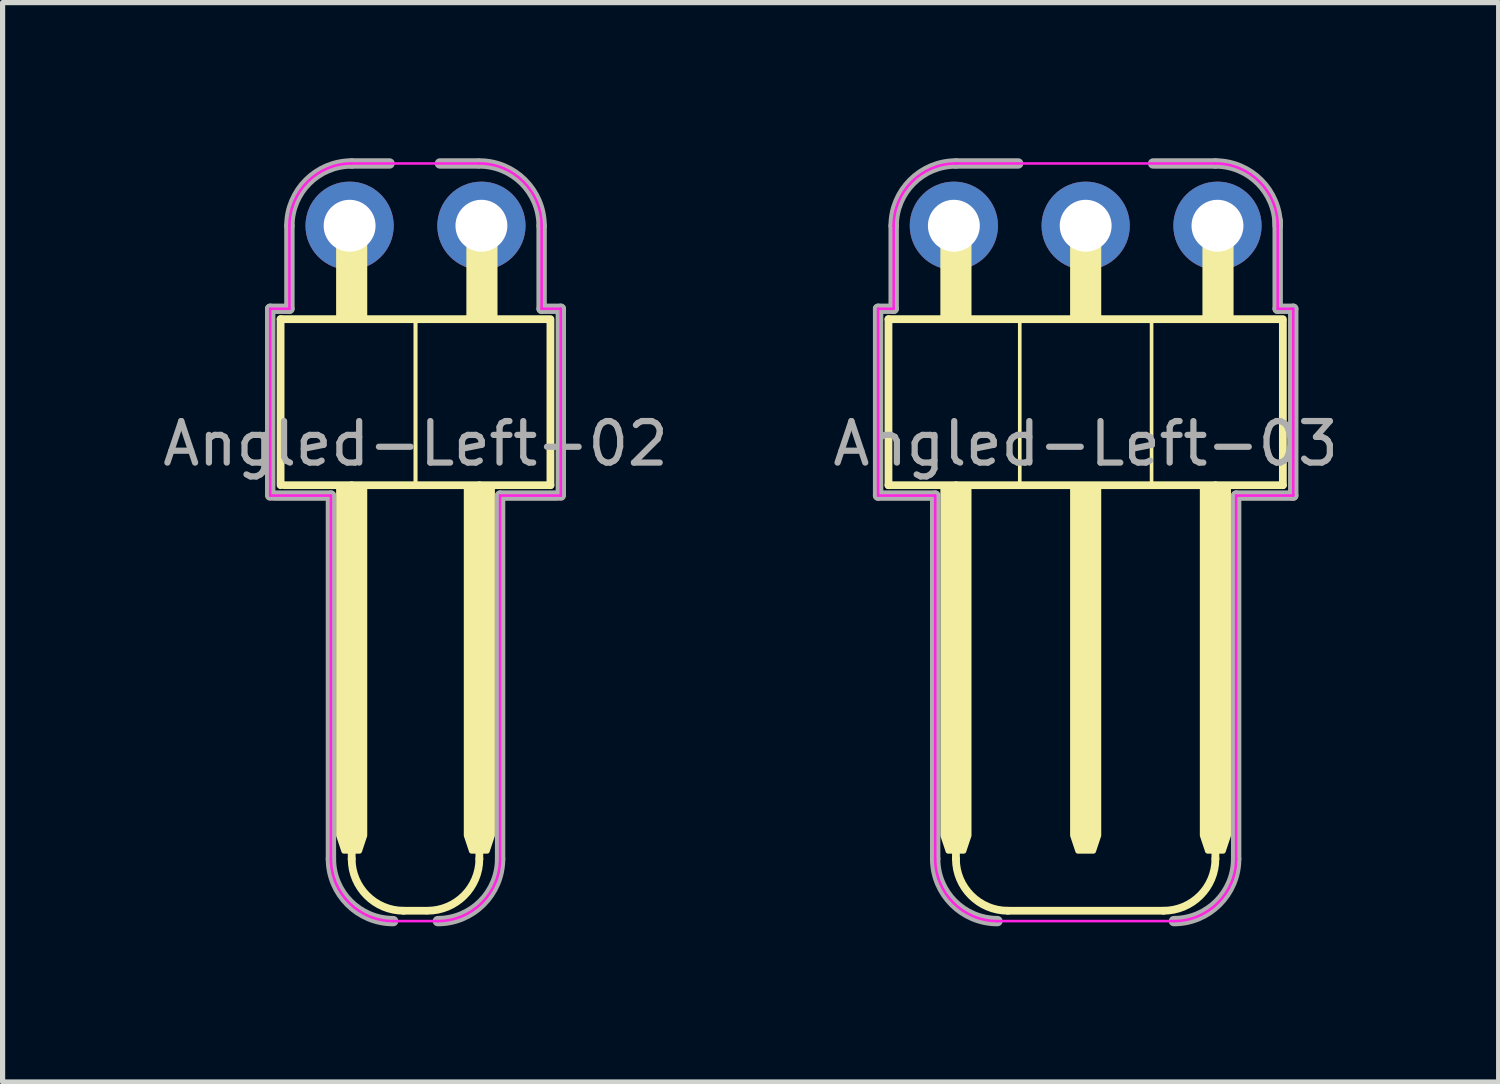
<source format=kicad_pcb>
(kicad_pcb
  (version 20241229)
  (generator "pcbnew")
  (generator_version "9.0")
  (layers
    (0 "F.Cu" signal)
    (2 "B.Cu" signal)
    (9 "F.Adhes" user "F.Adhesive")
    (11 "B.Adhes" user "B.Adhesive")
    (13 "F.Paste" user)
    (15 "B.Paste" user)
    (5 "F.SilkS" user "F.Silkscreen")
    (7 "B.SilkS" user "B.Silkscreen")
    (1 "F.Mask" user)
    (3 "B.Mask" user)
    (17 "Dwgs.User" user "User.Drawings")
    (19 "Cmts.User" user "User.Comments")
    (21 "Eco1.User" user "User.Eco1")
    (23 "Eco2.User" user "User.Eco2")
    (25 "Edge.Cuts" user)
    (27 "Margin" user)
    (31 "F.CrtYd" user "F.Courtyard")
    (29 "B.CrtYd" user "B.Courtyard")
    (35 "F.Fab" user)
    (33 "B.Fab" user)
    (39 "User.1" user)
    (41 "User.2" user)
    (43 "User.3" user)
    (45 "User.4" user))
  (footprint "Angled-Left-02"
    (layer "F.Cu")
    (at 4.957 1.3)
    (property "Reference" "Angled-Left-02" (at 0 4.2 180) (layer "F.Fab") (effects (font (size 0.8 0.8) (thickness 0.12))))
    (attr through_hole)
    (fp_line (start -2.6 1.8) (end -2.6 5) (stroke (width 0.15) (type solid)) (layer "F.SilkS"))
    (fp_line (start -2.6 1.8) (end 2.6 1.8) (stroke (width 0.15) (type solid)) (layer "F.SilkS"))
    (fp_line (start -2.53 5) (end 2.6 5) (stroke (width 0.15) (type solid)) (layer "F.SilkS"))
    (fp_line (start -1.23 5) (end -1.23 12.2) (stroke (width 0.15) (type solid)) (layer "F.SilkS"))
    (fp_line (start -0.23 13.2) (end 0.2 13.2) (stroke (width 0.15) (type solid)) (layer "F.SilkS"))
    (fp_line (start 0 1.8) (end 0 5) (stroke (width 0.07) (type solid)) (layer "F.SilkS"))
    (fp_line (start 0 1.8) (end 0 5) (stroke (width 0.07) (type solid)) (layer "F.SilkS"))
    (fp_line (start 1.23 5) (end 1.23 12.2) (stroke (width 0.15) (type solid)) (layer "F.SilkS"))
    (fp_line (start 2.6 1.831) (end 2.6 5) (stroke (width 0.15) (type solid)) (layer "F.SilkS"))
    (fp_arc (start -0.23 13.2) (mid -0.937107 12.907107) (end -1.23 12.2) (stroke (width 0.15) (type solid)) (layer "F.SilkS"))
    (fp_arc (start 1.23 12.2) (mid 0.937107 12.907107) (end 0.23 13.2) (stroke (width 0.15) (type solid)) (layer "F.SilkS"))
    (fp_poly (pts (xy -0.98 0) (xy -0.98 1.75) (xy -1.48 1.75) (xy -1.48 0) (xy -1.33 -0.15) (xy -1.13 -0.15)) (stroke (width 0.1) (type solid)) (fill yes) (layer "F.SilkS"))
    (fp_poly (pts (xy -0.98 11.75) (xy -1.08 12.05) (xy -1.38 12.05) (xy -1.48 11.75) (xy -1.48 5) (xy -0.98 5)) (stroke (width 0.1) (type solid)) (fill yes) (layer "F.SilkS"))
    (fp_poly (pts (xy 1.48 11.75) (xy 1.38 12.05) (xy 1.08 12.05) (xy 0.98 11.75) (xy 0.98 5) (xy 1.48 5)) (stroke (width 0.1) (type solid)) (fill yes) (layer "F.SilkS"))
    (fp_poly (pts (xy 1.53 0.05) (xy 1.53 1.8) (xy 1.03 1.8) (xy 1.03 0.05) (xy 1.18 -0.1) (xy 1.38 -0.1)) (stroke (width 0.1) (type solid)) (fill yes) (layer "F.SilkS"))
    (fp_line (start -2.8 5.2) (end -2.8 1.6) (stroke (width 0.05) (type solid)) (layer "F.CrtYd"))
    (fp_line (start -2.43 0) (end -2.43 1.6) (stroke (width 0.05) (type solid)) (layer "F.CrtYd"))
    (fp_line (start -2.43 1.6) (end -2.8 1.6) (stroke (width 0.05) (type solid)) (layer "F.CrtYd"))
    (fp_line (start -1.63 5.2) (end -2.8 5.2) (stroke (width 0.05) (type solid)) (layer "F.CrtYd"))
    (fp_line (start -1.63 5.2) (end -1.63 12.2) (stroke (width 0.05) (type solid)) (layer "F.CrtYd"))
    (fp_line (start -1.23 -1.2) (end 1.23 -1.2) (stroke (width 0.05) (type solid)) (layer "F.CrtYd"))
    (fp_line (start 0.43 13.4) (end -0.43 13.4) (stroke (width 0.05) (type solid)) (layer "F.CrtYd"))
    (fp_line (start 1.63 5.2) (end 1.63 12.2) (stroke (width 0.05) (type solid)) (layer "F.CrtYd"))
    (fp_line (start 2.43 1.6) (end 2.43 0) (stroke (width 0.05) (type solid)) (layer "F.CrtYd"))
    (fp_line (start 2.8 1.6) (end 2.43 1.6) (stroke (width 0.05) (type solid)) (layer "F.CrtYd"))
    (fp_line (start 2.8 5.2) (end 1.63 5.2) (stroke (width 0.05) (type solid)) (layer "F.CrtYd"))
    (fp_line (start 2.8 5.2) (end 2.8 1.6) (stroke (width 0.05) (type solid)) (layer "F.CrtYd"))
    (fp_arc (start -2.43 0) (mid -2.078528 -0.848528) (end -1.23 -1.2) (stroke (width 0.05) (type solid)) (layer "F.CrtYd"))
    (fp_arc (start -0.43 13.4) (mid -1.278528 13.048528) (end -1.63 12.2) (stroke (width 0.05) (type solid)) (layer "F.CrtYd"))
    (fp_arc (start 1.23 -1.2) (mid 2.078528 -0.848528) (end 2.43 0) (stroke (width 0.05) (type solid)) (layer "F.CrtYd"))
    (fp_arc (start 1.63 12.2) (mid 1.278528 13.048528) (end 0.43 13.4) (stroke (width 0.05) (type solid)) (layer "F.CrtYd"))
    (fp_line (start -2.8 1.6) (end -2.8 5.2) (stroke (width 0.2) (type solid)) (layer "F.Fab"))
    (fp_line (start -2.8 1.6) (end -2.43 1.6) (stroke (width 0.2) (type solid)) (layer "F.Fab"))
    (fp_line (start -2.73 5.2) (end -1.63 5.2) (stroke (width 0.2) (type solid)) (layer "F.Fab"))
    (fp_line (start -2.43 0) (end -2.43 1.6) (stroke (width 0.2) (type solid)) (layer "F.Fab"))
    (fp_line (start -1.63 5.2) (end -1.63 12.2) (stroke (width 0.2) (type solid)) (layer "F.Fab"))
    (fp_line (start -1.23 -1.2) (end -0.5 -1.2) (stroke (width 0.2) (type solid)) (layer "F.Fab"))
    (fp_line (start 0.47 -1.2) (end 1.2 -1.2) (stroke (width 0.2) (type solid)) (layer "F.Fab"))
    (fp_line (start 1.63 5.2) (end 1.63 12.2) (stroke (width 0.2) (type solid)) (layer "F.Fab"))
    (fp_line (start 1.63 5.2) (end 2.73 5.2) (stroke (width 0.2) (type solid)) (layer "F.Fab"))
    (fp_line (start 2.43 0) (end 2.43 1.6) (stroke (width 0.2) (type solid)) (layer "F.Fab"))
    (fp_line (start 2.43 1.6) (end 2.8 1.6) (stroke (width 0.2) (type solid)) (layer "F.Fab"))
    (fp_line (start 2.8 1.6) (end 2.8 5.2) (stroke (width 0.2) (type solid)) (layer "F.Fab"))
    (fp_arc (start -2.43 0) (mid -2.078528 -0.848528) (end -1.23 -1.2) (stroke (width 0.2) (type solid)) (layer "F.Fab"))
    (fp_arc (start -0.43 13.4) (mid -1.278528 13.048528) (end -1.63 12.2) (stroke (width 0.2) (type solid)) (layer "F.Fab"))
    (fp_arc (start 1.23 -1.2) (mid 2.078528 -0.848528) (end 2.43 0) (stroke (width 0.2) (type solid)) (layer "F.Fab"))
    (fp_arc (start 1.63 12.2) (mid 1.278528 13.048528) (end 0.43 13.4) (stroke (width 0.2) (type solid)) (layer "F.Fab"))
    (pad "1" thru_hole circle (at 1.27 0 90) (size 1.7 1.7) (drill 1) (layers "*.Cu" "*.Mask"))
    (pad "2" thru_hole circle (at -1.27 0 90) (size 1.7 1.7) (drill 1) (layers "*.Cu" "*.Mask")))
  (footprint "Angled-Left-03"
    (layer "F.Cu")
    (at 17.871 1.3)
    (property "Reference" "Angled-Left-03" (at 0 4.2 180) (layer "F.Fab") (effects (font (size 0.8 0.8) (thickness 0.12))))
    (attr through_hole)
    (fp_line (start -3.8 1.8) (end -3.8 5) (stroke (width 0.15) (type solid)) (layer "F.SilkS"))
    (fp_line (start -3.8 1.8) (end 3.8 1.8) (stroke (width 0.15) (type solid)) (layer "F.SilkS"))
    (fp_line (start -3.8 5) (end 3.8 5) (stroke (width 0.15) (type solid)) (layer "F.SilkS"))
    (fp_line (start -2.5 5) (end -2.5 12.2) (stroke (width 0.15) (type solid)) (layer "F.SilkS"))
    (fp_line (start -1.5 13.2) (end 1.5 13.2) (stroke (width 0.15) (type solid)) (layer "F.SilkS"))
    (fp_line (start -1.27 1.8) (end -1.27 5) (stroke (width 0.07) (type solid)) (layer "F.SilkS"))
    (fp_line (start 1.27 1.8) (end 1.27 5) (stroke (width 0.07) (type solid)) (layer "F.SilkS"))
    (fp_line (start 2.5 5) (end 2.5 12.2) (stroke (width 0.15) (type solid)) (layer "F.SilkS"))
    (fp_line (start 3.8 1.831) (end 3.8 5) (stroke (width 0.15) (type solid)) (layer "F.SilkS"))
    (fp_arc (start -1.5 13.2) (mid -2.207107 12.907107) (end -2.5 12.2) (stroke (width 0.15) (type solid)) (layer "F.SilkS"))
    (fp_arc (start 2.5 12.2) (mid 2.207107 12.907107) (end 1.5 13.2) (stroke (width 0.15) (type solid)) (layer "F.SilkS"))
    (fp_poly (pts (xy -2.25 0) (xy -2.25 1.75) (xy -2.75 1.75) (xy -2.75 0) (xy -2.6 -0.15) (xy -2.4 -0.15)) (stroke (width 0.1) (type solid)) (fill yes) (layer "F.SilkS"))
    (fp_poly (pts (xy -2.25 11.75) (xy -2.35 12.05) (xy -2.65 12.05) (xy -2.75 11.75) (xy -2.75 5) (xy -2.25 5)) (stroke (width 0.1) (type solid)) (fill yes) (layer "F.SilkS"))
    (fp_poly (pts (xy 0.25 0.05) (xy 0.25 1.8) (xy -0.25 1.8) (xy -0.25 0.05) (xy -0.1 -0.1) (xy 0.1 -0.1)) (stroke (width 0.1) (type solid)) (fill yes) (layer "F.SilkS"))
    (fp_poly (pts (xy 0.25 11.75) (xy 0.15 12.05) (xy -0.15 12.05) (xy -0.25 11.75) (xy -0.25 5) (xy 0.25 5)) (stroke (width 0.1) (type solid)) (fill yes) (layer "F.SilkS"))
    (fp_poly (pts (xy 2.75 11.75) (xy 2.65 12.05) (xy 2.35 12.05) (xy 2.25 11.75) (xy 2.25 5) (xy 2.75 5)) (stroke (width 0.1) (type solid)) (fill yes) (layer "F.SilkS"))
    (fp_poly (pts (xy 2.8 0.05) (xy 2.8 1.8) (xy 2.3 1.8) (xy 2.3 0.05) (xy 2.45 -0.1) (xy 2.65 -0.1)) (stroke (width 0.1) (type solid)) (fill yes) (layer "F.SilkS"))
    (fp_line (start -4 5.2) (end -4 1.6) (stroke (width 0.05) (type solid)) (layer "F.CrtYd"))
    (fp_line (start -3.7 0) (end -3.7 1.6) (stroke (width 0.05) (type solid)) (layer "F.CrtYd"))
    (fp_line (start -3.7 1.6) (end -4 1.6) (stroke (width 0.05) (type solid)) (layer "F.CrtYd"))
    (fp_line (start -2.9 5.2) (end -4 5.2) (stroke (width 0.05) (type solid)) (layer "F.CrtYd"))
    (fp_line (start -2.9 5.2) (end -2.9 12.2) (stroke (width 0.05) (type solid)) (layer "F.CrtYd"))
    (fp_line (start -2.5 -1.2) (end 2.5 -1.2) (stroke (width 0.05) (type solid)) (layer "F.CrtYd"))
    (fp_line (start 1.7 13.4) (end -1.7 13.4) (stroke (width 0.05) (type solid)) (layer "F.CrtYd"))
    (fp_line (start 2.9 5.2) (end 2.9 12.2) (stroke (width 0.05) (type solid)) (layer "F.CrtYd"))
    (fp_line (start 3.7 1.6) (end 3.7 0) (stroke (width 0.05) (type solid)) (layer "F.CrtYd"))
    (fp_line (start 4 1.6) (end 3.7 1.6) (stroke (width 0.05) (type solid)) (layer "F.CrtYd"))
    (fp_line (start 4 5.2) (end 2.9 5.2) (stroke (width 0.05) (type solid)) (layer "F.CrtYd"))
    (fp_line (start 4 5.2) (end 4 1.6) (stroke (width 0.05) (type solid)) (layer "F.CrtYd"))
    (fp_arc (start -3.7 0) (mid -3.348528 -0.848528) (end -2.5 -1.2) (stroke (width 0.05) (type solid)) (layer "F.CrtYd"))
    (fp_arc (start -1.7 13.4) (mid -2.548528 13.048528) (end -2.9 12.2) (stroke (width 0.05) (type solid)) (layer "F.CrtYd"))
    (fp_arc (start 2.5 -1.2) (mid 3.348528 -0.848528) (end 3.7 0) (stroke (width 0.05) (type solid)) (layer "F.CrtYd"))
    (fp_arc (start 2.9 12.2) (mid 2.548528 13.048528) (end 1.7 13.4) (stroke (width 0.05) (type solid)) (layer "F.CrtYd"))
    (fp_line (start -4 1.6) (end -4 5.2) (stroke (width 0.2) (type solid)) (layer "F.Fab"))
    (fp_line (start -4 1.6) (end -3.7 1.6) (stroke (width 0.2) (type solid)) (layer "F.Fab"))
    (fp_line (start -4 5.2) (end -2.9 5.2) (stroke (width 0.2) (type solid)) (layer "F.Fab"))
    (fp_line (start -3.7 0) (end -3.7 1.6) (stroke (width 0.2) (type solid)) (layer "F.Fab"))
    (fp_line (start -2.9 5.2) (end -2.9 12.2) (stroke (width 0.2) (type solid)) (layer "F.Fab"))
    (fp_line (start -2.5 -1.2) (end -1.3 -1.2) (stroke (width 0.2) (type solid)) (layer "F.Fab"))
    (fp_line (start 1.3 -1.2) (end 2.5 -1.2) (stroke (width 0.2) (type solid)) (layer "F.Fab"))
    (fp_line (start 2.9 5.2) (end 2.9 12.2) (stroke (width 0.2) (type solid)) (layer "F.Fab"))
    (fp_line (start 2.9 5.2) (end 4 5.2) (stroke (width 0.2) (type solid)) (layer "F.Fab"))
    (fp_line (start 3.7 -0.1) (end 3.7 1.6) (stroke (width 0.2) (type solid)) (layer "F.Fab"))
    (fp_line (start 3.7 1.6) (end 4 1.6) (stroke (width 0.2) (type solid)) (layer "F.Fab"))
    (fp_line (start 4 1.6) (end 4 5.2) (stroke (width 0.2) (type solid)) (layer "F.Fab"))
    (fp_arc (start -3.7 0) (mid -3.348528 -0.848528) (end -2.5 -1.2) (stroke (width 0.2) (type solid)) (layer "F.Fab"))
    (fp_arc (start -1.7 13.4) (mid -2.548528 13.048528) (end -2.9 12.2) (stroke (width 0.2) (type solid)) (layer "F.Fab"))
    (fp_arc (start 2.5 -1.2) (mid 3.348528 -0.848528) (end 3.7 0) (stroke (width 0.2) (type solid)) (layer "F.Fab"))
    (fp_arc (start 2.9 12.2) (mid 2.548528 13.048528) (end 1.7 13.4) (stroke (width 0.2) (type solid)) (layer "F.Fab"))
    (pad "1" thru_hole circle (at 2.54 0 90) (size 1.7 1.7) (drill 1) (layers "*.Cu" "*.Mask"))
    (pad "2" thru_hole circle (at 0 0 90) (size 1.7 1.7) (drill 1) (layers "*.Cu" "*.Mask"))
    (pad "3" thru_hole circle (at -2.54 0 90) (size 1.7 1.7) (drill 1) (layers "*.Cu" "*.Mask")))
  (gr_rect
    (start -3 -3)
    (end 25.829 17.8)
    (stroke (width 0.1) (type default))
    (fill no)
    (layer "Edge.Cuts")))
</source>
